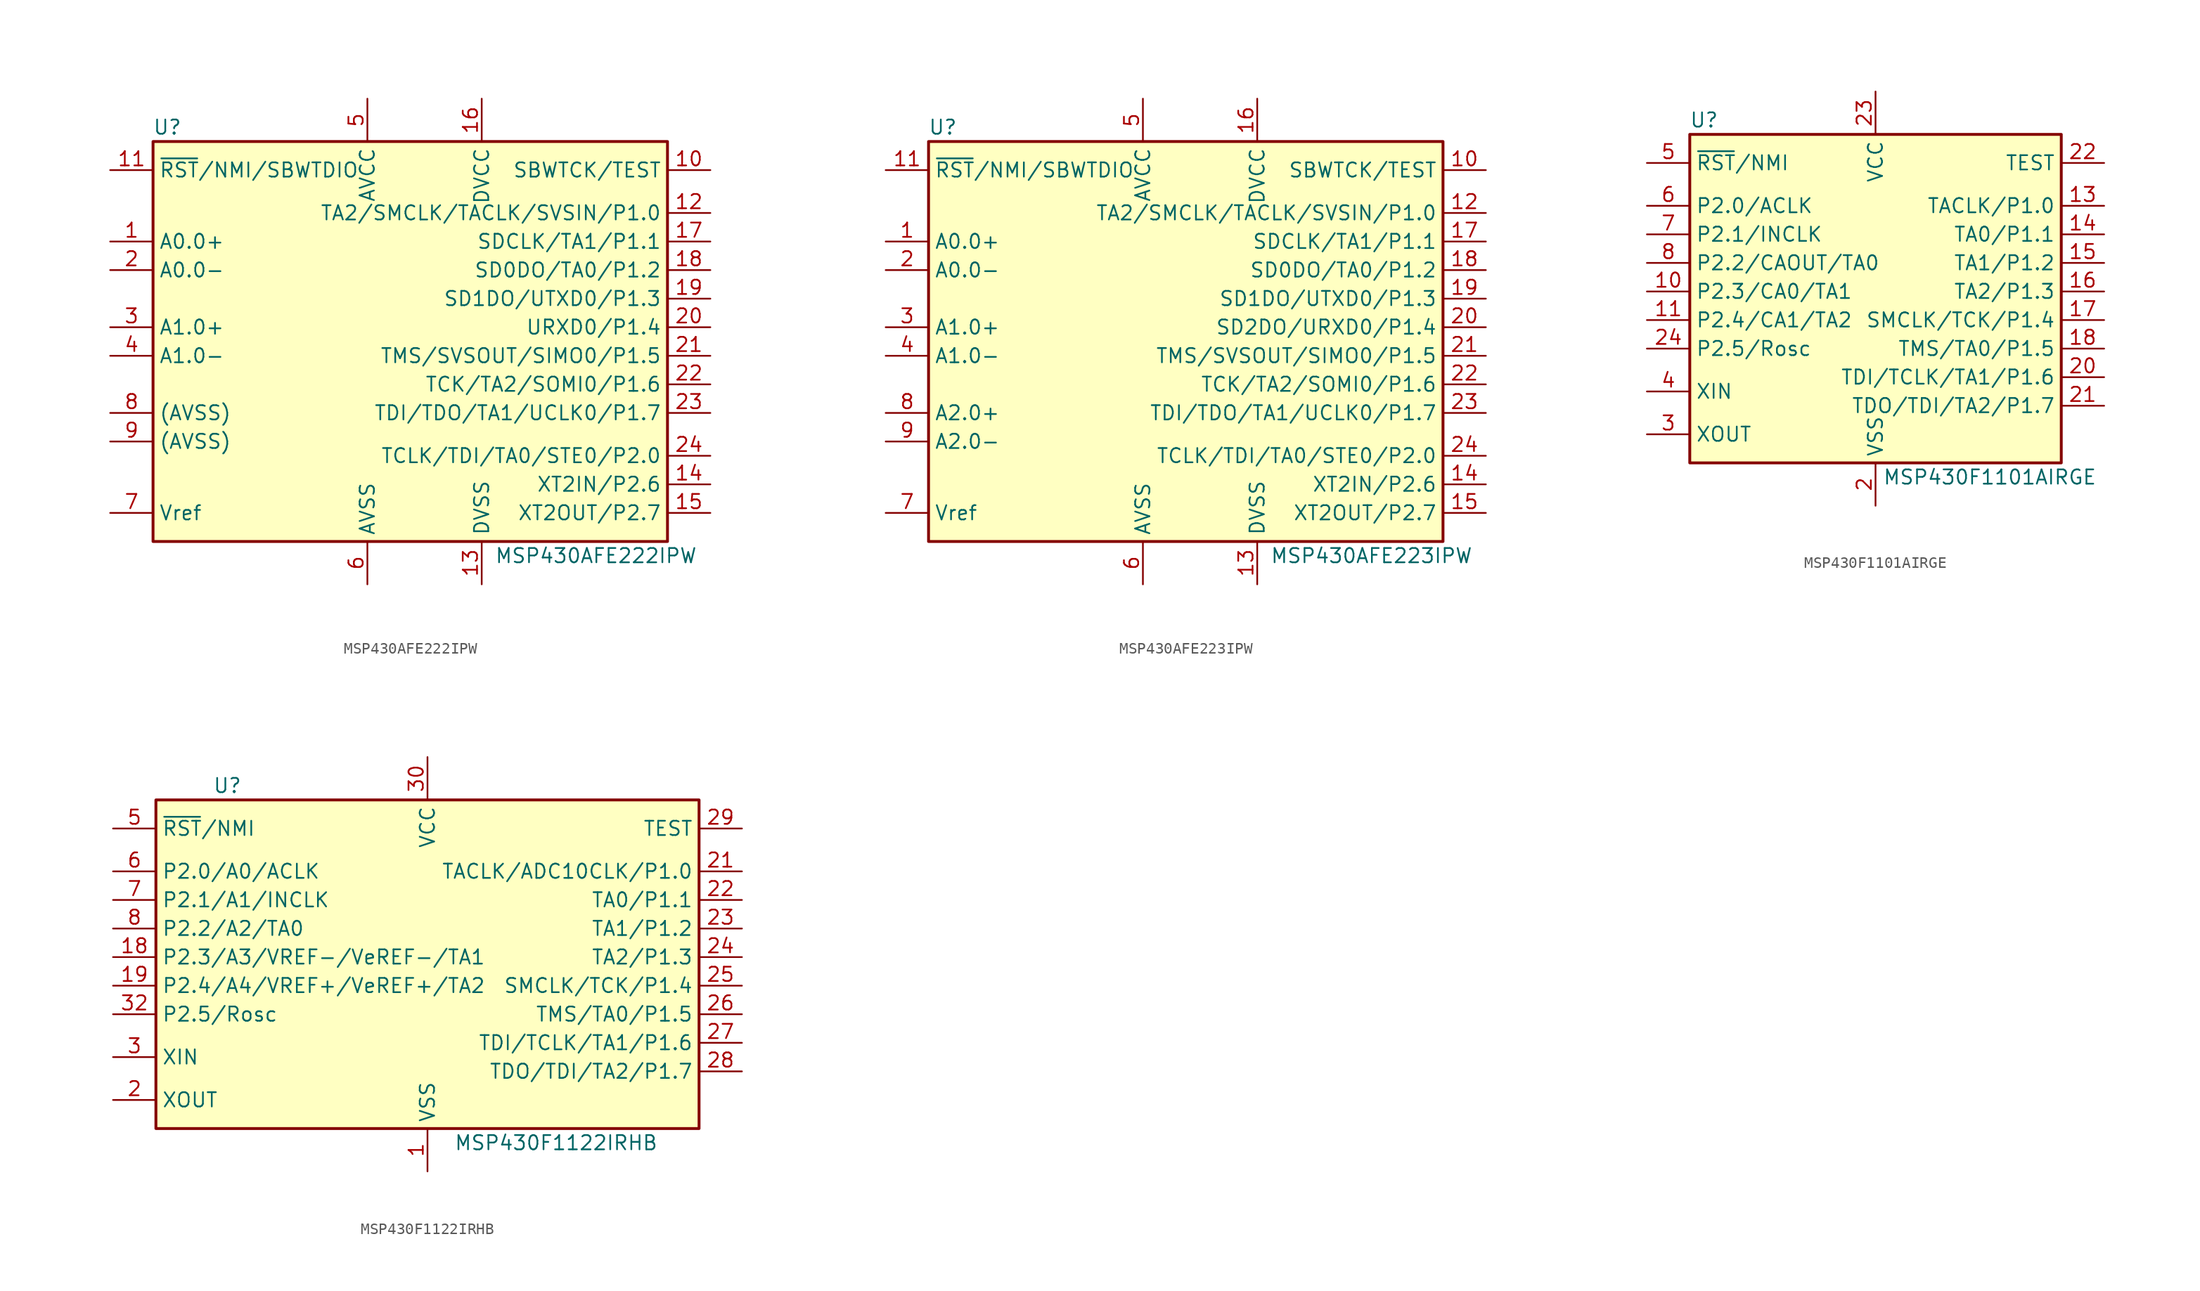
<source format=kicad_sym>
(kicad_symbol_lib
  (version 20231120)
  (generator "kicad_symbol_editor")
  (generator_version "8.0")
  (symbol "MSP430AFE222IPW"
    (property "Reference" "U"
      (at -22.86 19.05 0)
      (effects (font (size 1.27 1.27))))
    (property "Value" "MSP430AFE222IPW"
      (at 15.24 -19.05 0)
      (effects (font (size 1.27 1.27))))
    (symbol "MSP430AFE222IPW_0_1"
      (rectangle (start -24.13 17.78) (end 21.59 -17.78) (stroke (width 0.254) (type default)) (fill (type background))))
    (symbol "MSP430AFE222IPW_1_1"
      (pin passive line (at -27.94 8.89 0) (length 3.81) (name "A0.0+" (effects (font (size 1.27 1.27)))) (number "1" (effects (font (size 1.27 1.27)))))
      (pin input line (at 25.4 15.24 180) (length 3.81) (name "SBWTCK/TEST" (effects (font (size 1.27 1.27)))) (number "10" (effects (font (size 1.27 1.27)))))
      (pin input line (at -27.94 15.24 0) (length 3.81) (name "~{RST}/NMI/SBWTDIO" (effects (font (size 1.27 1.27)))) (number "11" (effects (font (size 1.27 1.27)))))
      (pin bidirectional line (at 25.4 11.43 180) (length 3.81) (name "TA2/SMCLK/TACLK/SVSIN/P1.0" (effects (font (size 1.27 1.27)))) (number "12" (effects (font (size 1.27 1.27)))))
      (pin power_in line (at 5.08 -21.59 90) (length 3.81) (name "DVSS" (effects (font (size 1.27 1.27)))) (number "13" (effects (font (size 1.27 1.27)))))
      (pin bidirectional line (at 25.4 -12.7 180) (length 3.81) (name "XT2IN/P2.6" (effects (font (size 1.27 1.27)))) (number "14" (effects (font (size 1.27 1.27)))))
      (pin bidirectional line (at 25.4 -15.24 180) (length 3.81) (name "XT2OUT/P2.7" (effects (font (size 1.27 1.27)))) (number "15" (effects (font (size 1.27 1.27)))))
      (pin power_in line (at 5.08 21.59 270) (length 3.81) (name "DVCC" (effects (font (size 1.27 1.27)))) (number "16" (effects (font (size 1.27 1.27)))))
      (pin bidirectional line (at 25.4 8.89 180) (length 3.81) (name "SDCLK/TA1/P1.1" (effects (font (size 1.27 1.27)))) (number "17" (effects (font (size 1.27 1.27)))))
      (pin bidirectional line (at 25.4 6.35 180) (length 3.81) (name "SD0DO/TA0/P1.2" (effects (font (size 1.27 1.27)))) (number "18" (effects (font (size 1.27 1.27)))))
      (pin bidirectional line (at 25.4 3.81 180) (length 3.81) (name "SD1DO/UTXD0/P1.3" (effects (font (size 1.27 1.27)))) (number "19" (effects (font (size 1.27 1.27)))))
      (pin passive line (at -27.94 6.35 0) (length 3.81) (name "A0.0-" (effects (font (size 1.27 1.27)))) (number "2" (effects (font (size 1.27 1.27)))))
      (pin bidirectional line (at 25.4 1.27 180) (length 3.81) (name "URXD0/P1.4" (effects (font (size 1.27 1.27)))) (number "20" (effects (font (size 1.27 1.27)))))
      (pin bidirectional line (at 25.4 -1.27 180) (length 3.81) (name "TMS/SVSOUT/SIMO0/P1.5" (effects (font (size 1.27 1.27)))) (number "21" (effects (font (size 1.27 1.27)))))
      (pin bidirectional line (at 25.4 -3.81 180) (length 3.81) (name "TCK/TA2/SOMI0/P1.6" (effects (font (size 1.27 1.27)))) (number "22" (effects (font (size 1.27 1.27)))))
      (pin bidirectional line (at 25.4 -6.35 180) (length 3.81) (name "TDI/TDO/TA1/UCLK0/P1.7" (effects (font (size 1.27 1.27)))) (number "23" (effects (font (size 1.27 1.27)))))
      (pin bidirectional line (at 25.4 -10.16 180) (length 3.81) (name "TCLK/TDI/TA0/STE0/P2.0" (effects (font (size 1.27 1.27)))) (number "24" (effects (font (size 1.27 1.27)))))
      (pin passive line (at -27.94 1.27 0) (length 3.81) (name "A1.0+" (effects (font (size 1.27 1.27)))) (number "3" (effects (font (size 1.27 1.27)))))
      (pin passive line (at -27.94 -1.27 0) (length 3.81) (name "A1.0-" (effects (font (size 1.27 1.27)))) (number "4" (effects (font (size 1.27 1.27)))))
      (pin power_in line (at -5.08 21.59 270) (length 3.81) (name "AVCC" (effects (font (size 1.27 1.27)))) (number "5" (effects (font (size 1.27 1.27)))))
      (pin power_in line (at -5.08 -21.59 90) (length 3.81) (name "AVSS" (effects (font (size 1.27 1.27)))) (number "6" (effects (font (size 1.27 1.27)))))
      (pin passive line (at -27.94 -15.24 0) (length 3.81) (name "Vref" (effects (font (size 1.27 1.27)))) (number "7" (effects (font (size 1.27 1.27)))))
      (pin passive line (at -27.94 -6.35 0) (length 3.81) (name "(AVSS)" (effects (font (size 1.27 1.27)))) (number "8" (effects (font (size 1.27 1.27)))))
      (pin passive line (at -27.94 -8.89 0) (length 3.81) (name "(AVSS)" (effects (font (size 1.27 1.27)))) (number "9" (effects (font (size 1.27 1.27)))))))
  (symbol "MSP430AFE223IPW"
    (property "Reference" "U"
      (at -22.86 19.05 0)
      (effects (font (size 1.27 1.27))))
    (property "Value" "MSP430AFE223IPW"
      (at 15.24 -19.05 0)
      (effects (font (size 1.27 1.27))))
    (symbol "MSP430AFE223IPW_0_1"
      (rectangle (start -24.13 17.78) (end 21.59 -17.78) (stroke (width 0.254) (type default)) (fill (type background))))
    (symbol "MSP430AFE223IPW_1_1"
      (pin passive line (at -27.94 8.89 0) (length 3.81) (name "A0.0+" (effects (font (size 1.27 1.27)))) (number "1" (effects (font (size 1.27 1.27)))))
      (pin input line (at 25.4 15.24 180) (length 3.81) (name "SBWTCK/TEST" (effects (font (size 1.27 1.27)))) (number "10" (effects (font (size 1.27 1.27)))))
      (pin input line (at -27.94 15.24 0) (length 3.81) (name "~{RST}/NMI/SBWTDIO" (effects (font (size 1.27 1.27)))) (number "11" (effects (font (size 1.27 1.27)))))
      (pin bidirectional line (at 25.4 11.43 180) (length 3.81) (name "TA2/SMCLK/TACLK/SVSIN/P1.0" (effects (font (size 1.27 1.27)))) (number "12" (effects (font (size 1.27 1.27)))))
      (pin power_in line (at 5.08 -21.59 90) (length 3.81) (name "DVSS" (effects (font (size 1.27 1.27)))) (number "13" (effects (font (size 1.27 1.27)))))
      (pin bidirectional line (at 25.4 -12.7 180) (length 3.81) (name "XT2IN/P2.6" (effects (font (size 1.27 1.27)))) (number "14" (effects (font (size 1.27 1.27)))))
      (pin bidirectional line (at 25.4 -15.24 180) (length 3.81) (name "XT2OUT/P2.7" (effects (font (size 1.27 1.27)))) (number "15" (effects (font (size 1.27 1.27)))))
      (pin power_in line (at 5.08 21.59 270) (length 3.81) (name "DVCC" (effects (font (size 1.27 1.27)))) (number "16" (effects (font (size 1.27 1.27)))))
      (pin bidirectional line (at 25.4 8.89 180) (length 3.81) (name "SDCLK/TA1/P1.1" (effects (font (size 1.27 1.27)))) (number "17" (effects (font (size 1.27 1.27)))))
      (pin bidirectional line (at 25.4 6.35 180) (length 3.81) (name "SD0DO/TA0/P1.2" (effects (font (size 1.27 1.27)))) (number "18" (effects (font (size 1.27 1.27)))))
      (pin bidirectional line (at 25.4 3.81 180) (length 3.81) (name "SD1DO/UTXD0/P1.3" (effects (font (size 1.27 1.27)))) (number "19" (effects (font (size 1.27 1.27)))))
      (pin passive line (at -27.94 6.35 0) (length 3.81) (name "A0.0-" (effects (font (size 1.27 1.27)))) (number "2" (effects (font (size 1.27 1.27)))))
      (pin bidirectional line (at 25.4 1.27 180) (length 3.81) (name "SD2DO/URXD0/P1.4" (effects (font (size 1.27 1.27)))) (number "20" (effects (font (size 1.27 1.27)))))
      (pin bidirectional line (at 25.4 -1.27 180) (length 3.81) (name "TMS/SVSOUT/SIMO0/P1.5" (effects (font (size 1.27 1.27)))) (number "21" (effects (font (size 1.27 1.27)))))
      (pin bidirectional line (at 25.4 -3.81 180) (length 3.81) (name "TCK/TA2/SOMI0/P1.6" (effects (font (size 1.27 1.27)))) (number "22" (effects (font (size 1.27 1.27)))))
      (pin bidirectional line (at 25.4 -6.35 180) (length 3.81) (name "TDI/TDO/TA1/UCLK0/P1.7" (effects (font (size 1.27 1.27)))) (number "23" (effects (font (size 1.27 1.27)))))
      (pin bidirectional line (at 25.4 -10.16 180) (length 3.81) (name "TCLK/TDI/TA0/STE0/P2.0" (effects (font (size 1.27 1.27)))) (number "24" (effects (font (size 1.27 1.27)))))
      (pin passive line (at -27.94 1.27 0) (length 3.81) (name "A1.0+" (effects (font (size 1.27 1.27)))) (number "3" (effects (font (size 1.27 1.27)))))
      (pin passive line (at -27.94 -1.27 0) (length 3.81) (name "A1.0-" (effects (font (size 1.27 1.27)))) (number "4" (effects (font (size 1.27 1.27)))))
      (pin power_in line (at -5.08 21.59 270) (length 3.81) (name "AVCC" (effects (font (size 1.27 1.27)))) (number "5" (effects (font (size 1.27 1.27)))))
      (pin power_in line (at -5.08 -21.59 90) (length 3.81) (name "AVSS" (effects (font (size 1.27 1.27)))) (number "6" (effects (font (size 1.27 1.27)))))
      (pin passive line (at -27.94 -15.24 0) (length 3.81) (name "Vref" (effects (font (size 1.27 1.27)))) (number "7" (effects (font (size 1.27 1.27)))))
      (pin passive line (at -27.94 -6.35 0) (length 3.81) (name "A2.0+" (effects (font (size 1.27 1.27)))) (number "8" (effects (font (size 1.27 1.27)))))
      (pin passive line (at -27.94 -8.89 0) (length 3.81) (name "A2.0-" (effects (font (size 1.27 1.27)))) (number "9" (effects (font (size 1.27 1.27)))))))
  (symbol "MSP430F1101AIRGE"
    (property "Reference" "U"
      (at -15.24 15.24 0)
      (effects (font (size 1.27 1.27))))
    (property "Value" "MSP430F1101AIRGE"
      (at 10.16 -16.51 0)
      (effects (font (size 1.27 1.27))))
    (symbol "MSP430F1101AIRGE_0_1"
      (rectangle (start -16.51 13.97) (end 16.51 -15.24) (stroke (width 0.254) (type default)) (fill (type background))))
    (symbol "MSP430F1101AIRGE_1_1"
      (pin bidirectional line (at -20.32 0 0) (length 3.81) (name "P2.3/CA0/TA1" (effects (font (size 1.27 1.27)))) (number "10" (effects (font (size 1.27 1.27)))))
      (pin bidirectional line (at -20.32 -2.54 0) (length 3.81) (name "P2.4/CA1/TA2" (effects (font (size 1.27 1.27)))) (number "11" (effects (font (size 1.27 1.27)))))
      (pin bidirectional line (at 20.32 7.62 180) (length 3.81) (name "TACLK/P1.0" (effects (font (size 1.27 1.27)))) (number "13" (effects (font (size 1.27 1.27)))))
      (pin bidirectional line (at 20.32 5.08 180) (length 3.81) (name "TA0/P1.1" (effects (font (size 1.27 1.27)))) (number "14" (effects (font (size 1.27 1.27)))))
      (pin bidirectional line (at 20.32 2.54 180) (length 3.81) (name "TA1/P1.2" (effects (font (size 1.27 1.27)))) (number "15" (effects (font (size 1.27 1.27)))))
      (pin bidirectional line (at 20.32 0 180) (length 3.81) (name "TA2/P1.3" (effects (font (size 1.27 1.27)))) (number "16" (effects (font (size 1.27 1.27)))))
      (pin bidirectional line (at 20.32 -2.54 180) (length 3.81) (name "SMCLK/TCK/P1.4" (effects (font (size 1.27 1.27)))) (number "17" (effects (font (size 1.27 1.27)))))
      (pin bidirectional line (at 20.32 -5.08 180) (length 3.81) (name "TMS/TA0/P1.5" (effects (font (size 1.27 1.27)))) (number "18" (effects (font (size 1.27 1.27)))))
      (pin power_in line (at 0 -19.05 90) (length 3.81) (name "VSS" (effects (font (size 1.27 1.27)))) (number "2" (effects (font (size 1.27 1.27)))))
      (pin bidirectional line (at 20.32 -7.62 180) (length 3.81) (name "TDI/TCLK/TA1/P1.6" (effects (font (size 1.27 1.27)))) (number "20" (effects (font (size 1.27 1.27)))))
      (pin bidirectional line (at 20.32 -10.16 180) (length 3.81) (name "TDO/TDI/TA2/P1.7" (effects (font (size 1.27 1.27)))) (number "21" (effects (font (size 1.27 1.27)))))
      (pin input line (at 20.32 11.43 180) (length 3.81) (name "TEST" (effects (font (size 1.27 1.27)))) (number "22" (effects (font (size 1.27 1.27)))))
      (pin power_in line (at 0 17.78 270) (length 3.81) (name "VCC" (effects (font (size 1.27 1.27)))) (number "23" (effects (font (size 1.27 1.27)))))
      (pin bidirectional line (at -20.32 -5.08 0) (length 3.81) (name "P2.5/Rosc" (effects (font (size 1.27 1.27)))) (number "24" (effects (font (size 1.27 1.27)))))
      (pin output line (at -20.32 -12.7 0) (length 3.81) (name "XOUT" (effects (font (size 1.27 1.27)))) (number "3" (effects (font (size 1.27 1.27)))))
      (pin input line (at -20.32 -8.89 0) (length 3.81) (name "XIN" (effects (font (size 1.27 1.27)))) (number "4" (effects (font (size 1.27 1.27)))))
      (pin input line (at -20.32 11.43 0) (length 3.81) (name "~{RST}/NMI" (effects (font (size 1.27 1.27)))) (number "5" (effects (font (size 1.27 1.27)))))
      (pin bidirectional line (at -20.32 7.62 0) (length 3.81) (name "P2.0/ACLK" (effects (font (size 1.27 1.27)))) (number "6" (effects (font (size 1.27 1.27)))))
      (pin bidirectional line (at -20.32 5.08 0) (length 3.81) (name "P2.1/INCLK" (effects (font (size 1.27 1.27)))) (number "7" (effects (font (size 1.27 1.27)))))
      (pin bidirectional line (at -20.32 2.54 0) (length 3.81) (name "P2.2/CAOUT/TA0" (effects (font (size 1.27 1.27)))) (number "8" (effects (font (size 1.27 1.27)))))))
  (symbol "MSP430F1122IRHB"
    (property "Reference" "U"
      (at -17.78 15.24 0)
      (effects (font (size 1.27 1.27))))
    (property "Value" "MSP430F1122IRHB"
      (at 11.43 -16.51 0)
      (effects (font (size 1.27 1.27))))
    (symbol "MSP430F1122IRHB_0_1"
      (rectangle (start -24.13 13.97) (end 24.13 -15.24) (stroke (width 0.254) (type default)) (fill (type background))))
    (symbol "MSP430F1122IRHB_1_1"
      (pin power_in line (at 0 -19.05 90) (length 3.81) (name "VSS" (effects (font (size 1.27 1.27)))) (number "1" (effects (font (size 1.27 1.27)))))
      (pin bidirectional line (at -27.94 0 0) (length 3.81) (name "P2.3/A3/VREF-/VeREF-/TA1" (effects (font (size 1.27 1.27)))) (number "18" (effects (font (size 1.27 1.27)))))
      (pin bidirectional line (at -27.94 -2.54 0) (length 3.81) (name "P2.4/A4/VREF+/VeREF+/TA2" (effects (font (size 1.27 1.27)))) (number "19" (effects (font (size 1.27 1.27)))))
      (pin output line (at -27.94 -12.7 0) (length 3.81) (name "XOUT" (effects (font (size 1.27 1.27)))) (number "2" (effects (font (size 1.27 1.27)))))
      (pin bidirectional line (at 27.94 7.62 180) (length 3.81) (name "TACLK/ADC10CLK/P1.0" (effects (font (size 1.27 1.27)))) (number "21" (effects (font (size 1.27 1.27)))))
      (pin bidirectional line (at 27.94 5.08 180) (length 3.81) (name "TA0/P1.1" (effects (font (size 1.27 1.27)))) (number "22" (effects (font (size 1.27 1.27)))))
      (pin bidirectional line (at 27.94 2.54 180) (length 3.81) (name "TA1/P1.2" (effects (font (size 1.27 1.27)))) (number "23" (effects (font (size 1.27 1.27)))))
      (pin bidirectional line (at 27.94 0 180) (length 3.81) (name "TA2/P1.3" (effects (font (size 1.27 1.27)))) (number "24" (effects (font (size 1.27 1.27)))))
      (pin bidirectional line (at 27.94 -2.54 180) (length 3.81) (name "SMCLK/TCK/P1.4" (effects (font (size 1.27 1.27)))) (number "25" (effects (font (size 1.27 1.27)))))
      (pin bidirectional line (at 27.94 -5.08 180) (length 3.81) (name "TMS/TA0/P1.5" (effects (font (size 1.27 1.27)))) (number "26" (effects (font (size 1.27 1.27)))))
      (pin bidirectional line (at 27.94 -7.62 180) (length 3.81) (name "TDI/TCLK/TA1/P1.6" (effects (font (size 1.27 1.27)))) (number "27" (effects (font (size 1.27 1.27)))))
      (pin bidirectional line (at 27.94 -10.16 180) (length 3.81) (name "TDO/TDI/TA2/P1.7" (effects (font (size 1.27 1.27)))) (number "28" (effects (font (size 1.27 1.27)))))
      (pin input line (at 27.94 11.43 180) (length 3.81) (name "TEST" (effects (font (size 1.27 1.27)))) (number "29" (effects (font (size 1.27 1.27)))))
      (pin input line (at -27.94 -8.89 0) (length 3.81) (name "XIN" (effects (font (size 1.27 1.27)))) (number "3" (effects (font (size 1.27 1.27)))))
      (pin power_in line (at 0 17.78 270) (length 3.81) (name "VCC" (effects (font (size 1.27 1.27)))) (number "30" (effects (font (size 1.27 1.27)))))
      (pin bidirectional line (at -27.94 -5.08 0) (length 3.81) (name "P2.5/Rosc" (effects (font (size 1.27 1.27)))) (number "32" (effects (font (size 1.27 1.27)))))
      (pin input line (at -27.94 11.43 0) (length 3.81) (name "~{RST}/NMI" (effects (font (size 1.27 1.27)))) (number "5" (effects (font (size 1.27 1.27)))))
      (pin bidirectional line (at -27.94 7.62 0) (length 3.81) (name "P2.0/A0/ACLK" (effects (font (size 1.27 1.27)))) (number "6" (effects (font (size 1.27 1.27)))))
      (pin bidirectional line (at -27.94 5.08 0) (length 3.81) (name "P2.1/A1/INCLK" (effects (font (size 1.27 1.27)))) (number "7" (effects (font (size 1.27 1.27)))))
      (pin bidirectional line (at -27.94 2.54 0) (length 3.81) (name "P2.2/A2/TA0" (effects (font (size 1.27 1.27)))) (number "8" (effects (font (size 1.27 1.27))))))))
</source>
